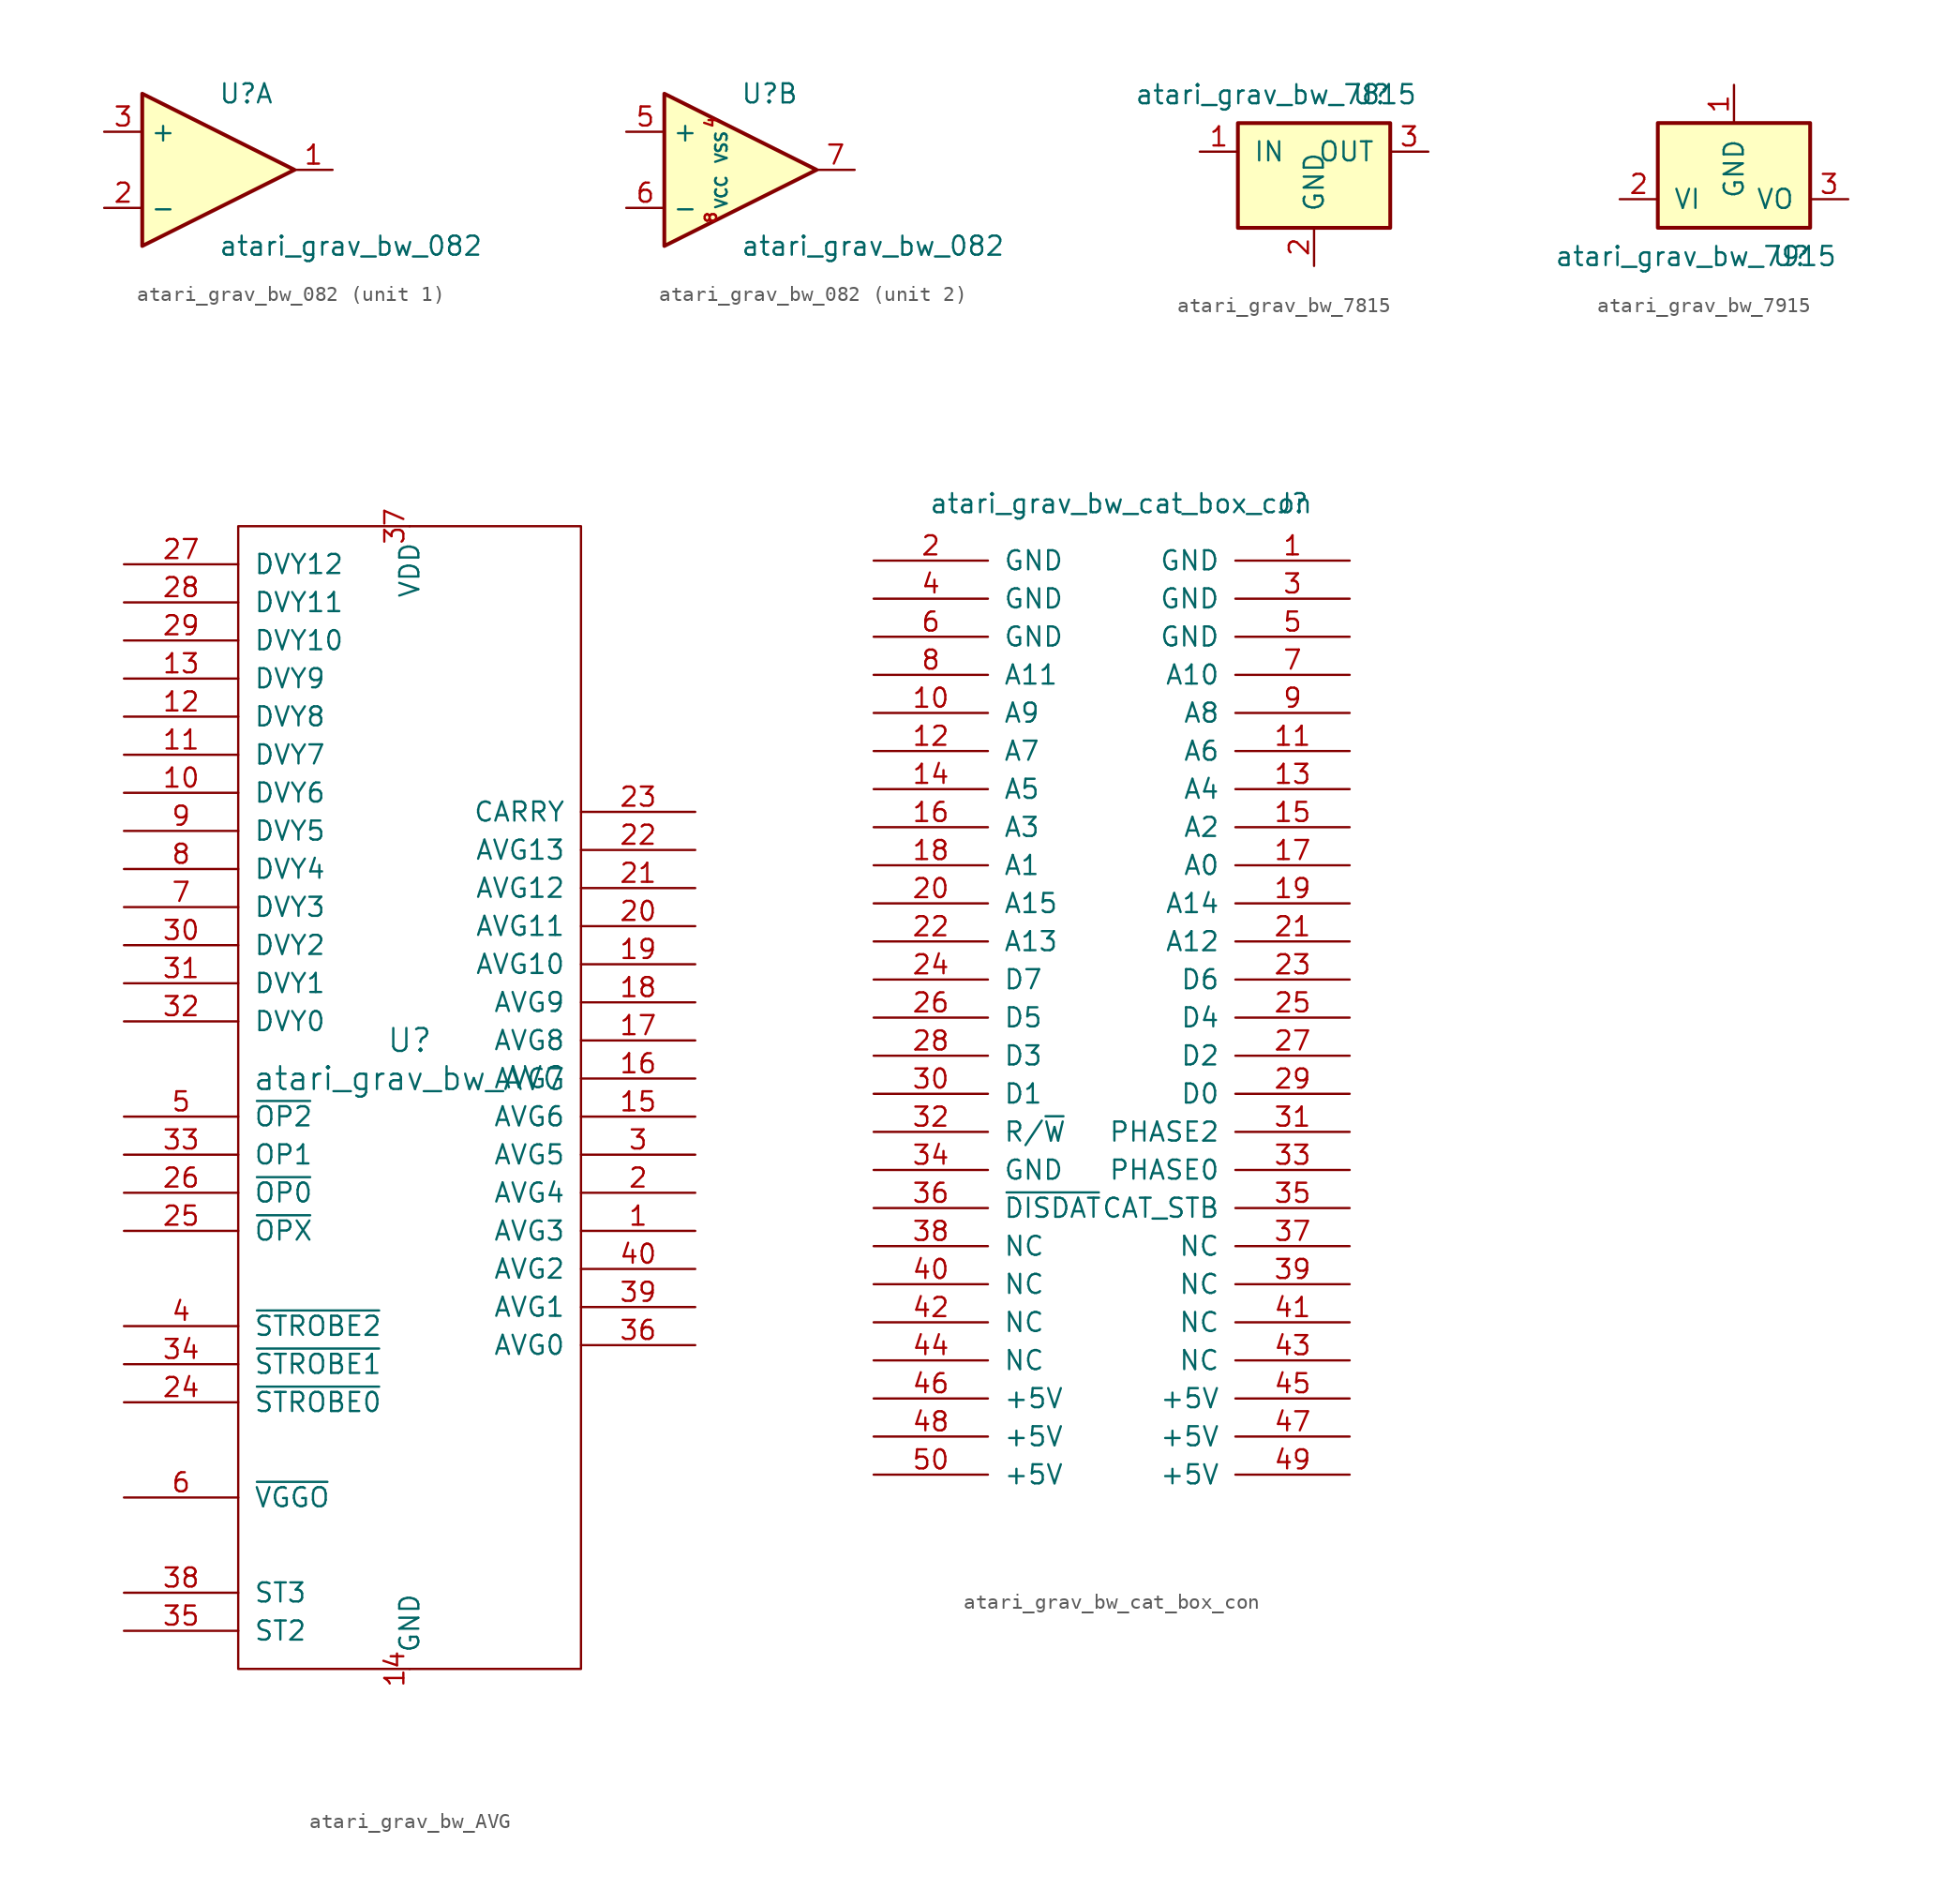
<source format=kicad_sym>
(kicad_symbol_lib
  (version 20211014)
  (generator kicad_symbol_editor)
  (symbol "atari_grav_bw_082"
    (property "Reference" "U"
      (at 0 5.08 0)
      (effects (font (size 1.27 1.27)) (justify left)))
    (property "Value" "atari_grav_bw_082"
      (at 0 -5.08 0)
      (effects (font (size 1.27 1.27)) (justify left)))
    (symbol "atari_grav_bw_082_0_1"
      (polyline (pts (xy -5.08 5.08) (xy 5.08 0) (xy -5.08 -5.08) (xy -5.08 5.08)) (stroke (width 0.254) (type default) (color 0 0 0 0)) (fill (type background))))
    (symbol "atari_grav_bw_082_1_1"
      (pin output line (at 7.62 0 180) (length 2.54) (name "~" (effects (font (size 1.27 1.27)))) (number "1" (effects (font (size 1.27 1.27)))))
      (pin input line (at -7.62 -2.54 0) (length 2.54) (name "-" (effects (font (size 1.27 1.27)))) (number "2" (effects (font (size 1.27 1.27)))))
      (pin input line (at -7.62 2.54 0) (length 2.54) (name "+" (effects (font (size 1.27 1.27)))) (number "3" (effects (font (size 1.27 1.27))))))
    (symbol "atari_grav_bw_082_2_1"
      (pin bidirectional line (at -1.27 3.175 270) (length 0) (name "VSS" (effects (font (size 0.762 0.762)))) (number "4" (effects (font (size 0.762 0.762)))))
      (pin input line (at -7.62 2.54 0) (length 2.54) (name "+" (effects (font (size 1.27 1.27)))) (number "5" (effects (font (size 1.27 1.27)))))
      (pin input line (at -7.62 -2.54 0) (length 2.54) (name "-" (effects (font (size 1.27 1.27)))) (number "6" (effects (font (size 1.27 1.27)))))
      (pin output line (at 7.62 0 180) (length 2.54) (name "~" (effects (font (size 1.27 1.27)))) (number "7" (effects (font (size 1.27 1.27)))))
      (pin bidirectional line (at -1.27 -3.175 90) (length 0) (name "VCC" (effects (font (size 0.762 0.762)))) (number "8" (effects (font (size 0.762 0.762)))))))
  (symbol "atari_grav_bw_7815"
    (pin_names
      (offset 1.016))
    (property "Reference" "U"
      (at 3.81 3.81 0)
      (effects (font (size 1.27 1.27))))
    (property "Value" "atari_grav_bw_7815"
      (at -2.54 3.81 0)
      (effects (font (size 1.27 1.27))))
    (symbol "atari_grav_bw_7815_1_1"
      (rectangle (start -5.08 1.905) (end 5.08 -5.08) (stroke (width 0.254) (type default) (color 0 0 0 0)) (fill (type background)))
      (pin power_in line (at -7.62 0 0) (length 2.54) (name "IN" (effects (font (size 1.27 1.27)))) (number "1" (effects (font (size 1.27 1.27)))))
      (pin power_in line (at 0 -7.62 90) (length 2.54) (name "GND" (effects (font (size 1.27 1.27)))) (number "2" (effects (font (size 1.27 1.27)))))
      (pin power_out line (at 7.62 0 180) (length 2.54) (name "OUT" (effects (font (size 1.27 1.27)))) (number "3" (effects (font (size 1.27 1.27)))))))
  (symbol "atari_grav_bw_7915"
    (pin_names
      (offset 1.016))
    (property "Reference" "U"
      (at 3.81 -3.81 0)
      (effects (font (size 1.27 1.27))))
    (property "Value" "atari_grav_bw_7915"
      (at -2.54 -3.81 0)
      (effects (font (size 1.27 1.27))))
    (symbol "atari_grav_bw_7915_1_1"
      (rectangle (start -5.08 5.08) (end 5.08 -1.905) (stroke (width 0.254) (type default) (color 0 0 0 0)) (fill (type background)))
      (pin power_in line (at 0 7.62 270) (length 2.54) (name "GND" (effects (font (size 1.27 1.27)))) (number "1" (effects (font (size 1.27 1.27)))))
      (pin power_in line (at -7.62 0 0) (length 2.54) (name "VI" (effects (font (size 1.27 1.27)))) (number "2" (effects (font (size 1.27 1.27)))))
      (pin power_out line (at 7.62 0 180) (length 2.54) (name "VO" (effects (font (size 1.27 1.27)))) (number "3" (effects (font (size 1.27 1.27)))))))
  (symbol "atari_grav_bw_AVG"
    (pin_names
      (offset 1.016))
    (property "Reference" "U"
      (at 0 1.27 0)
      (effects (font (size 1.524 1.524))))
    (property "Value" "atari_grav_bw_AVG"
      (at 0 -1.27 0)
      (effects (font (size 1.524 1.524))))
    (symbol "atari_grav_bw_AVG_0_1"
      (polyline (pts (xy -11.43 35.56) (xy -11.43 -40.64) (xy 11.43 -40.64) (xy 11.43 35.56) (xy -11.43 35.56)) (stroke (width 0) (type default) (color 0 0 0 0)) (fill (type none))))
    (symbol "atari_grav_bw_AVG_1_1"
      (pin output line (at 19.05 -11.43 180) (length 7.62) (name "AVG3" (effects (font (size 1.27 1.27)))) (number "1" (effects (font (size 1.27 1.27)))))
      (pin input line (at -19.05 17.78 0) (length 7.62) (name "DVY6" (effects (font (size 1.27 1.27)))) (number "10" (effects (font (size 1.27 1.27)))))
      (pin input line (at -19.05 20.32 0) (length 7.62) (name "DVY7" (effects (font (size 1.27 1.27)))) (number "11" (effects (font (size 1.27 1.27)))))
      (pin input line (at -19.05 22.86 0) (length 7.62) (name "DVY8" (effects (font (size 1.27 1.27)))) (number "12" (effects (font (size 1.27 1.27)))))
      (pin input line (at -19.05 25.4 0) (length 7.62) (name "DVY9" (effects (font (size 1.27 1.27)))) (number "13" (effects (font (size 1.27 1.27)))))
      (pin power_in line (at 0 -40.64 90) (length 0) (name "GND" (effects (font (size 1.27 1.27)))) (number "14" (effects (font (size 1.27 1.27)))))
      (pin output line (at 19.05 -3.81 180) (length 7.62) (name "AVG6" (effects (font (size 1.27 1.27)))) (number "15" (effects (font (size 1.27 1.27)))))
      (pin output line (at 19.05 -1.27 180) (length 7.62) (name "AVG7" (effects (font (size 1.27 1.27)))) (number "16" (effects (font (size 1.27 1.27)))))
      (pin output line (at 19.05 1.27 180) (length 7.62) (name "AVG8" (effects (font (size 1.27 1.27)))) (number "17" (effects (font (size 1.27 1.27)))))
      (pin output line (at 19.05 3.81 180) (length 7.62) (name "AVG9" (effects (font (size 1.27 1.27)))) (number "18" (effects (font (size 1.27 1.27)))))
      (pin output line (at 19.05 6.35 180) (length 7.62) (name "AVG10" (effects (font (size 1.27 1.27)))) (number "19" (effects (font (size 1.27 1.27)))))
      (pin output line (at 19.05 -8.89 180) (length 7.62) (name "AVG4" (effects (font (size 1.27 1.27)))) (number "2" (effects (font (size 1.27 1.27)))))
      (pin output line (at 19.05 8.89 180) (length 7.62) (name "AVG11" (effects (font (size 1.27 1.27)))) (number "20" (effects (font (size 1.27 1.27)))))
      (pin output line (at 19.05 11.43 180) (length 7.62) (name "AVG12" (effects (font (size 1.27 1.27)))) (number "21" (effects (font (size 1.27 1.27)))))
      (pin output line (at 19.05 13.97 180) (length 7.62) (name "AVG13" (effects (font (size 1.27 1.27)))) (number "22" (effects (font (size 1.27 1.27)))))
      (pin output line (at 19.05 16.51 180) (length 7.62) (name "CARRY" (effects (font (size 1.27 1.27)))) (number "23" (effects (font (size 1.27 1.27)))))
      (pin input line (at -19.05 -22.86 0) (length 7.62) (name "~{STROBE0}" (effects (font (size 1.27 1.27)))) (number "24" (effects (font (size 1.27 1.27)))))
      (pin input line (at -19.05 -11.43 0) (length 7.62) (name "~{OPX}" (effects (font (size 1.27 1.27)))) (number "25" (effects (font (size 1.27 1.27)))))
      (pin input line (at -19.05 -8.89 0) (length 7.62) (name "~{OP0}" (effects (font (size 1.27 1.27)))) (number "26" (effects (font (size 1.27 1.27)))))
      (pin input line (at -19.05 33.02 0) (length 7.62) (name "DVY12" (effects (font (size 1.27 1.27)))) (number "27" (effects (font (size 1.27 1.27)))))
      (pin input line (at -19.05 30.48 0) (length 7.62) (name "DVY11" (effects (font (size 1.27 1.27)))) (number "28" (effects (font (size 1.27 1.27)))))
      (pin input line (at -19.05 27.94 0) (length 7.62) (name "DVY10" (effects (font (size 1.27 1.27)))) (number "29" (effects (font (size 1.27 1.27)))))
      (pin output line (at 19.05 -6.35 180) (length 7.62) (name "AVG5" (effects (font (size 1.27 1.27)))) (number "3" (effects (font (size 1.27 1.27)))))
      (pin input line (at -19.05 7.62 0) (length 7.62) (name "DVY2" (effects (font (size 1.27 1.27)))) (number "30" (effects (font (size 1.27 1.27)))))
      (pin input line (at -19.05 5.08 0) (length 7.62) (name "DVY1" (effects (font (size 1.27 1.27)))) (number "31" (effects (font (size 1.27 1.27)))))
      (pin input line (at -19.05 2.54 0) (length 7.62) (name "DVY0" (effects (font (size 1.27 1.27)))) (number "32" (effects (font (size 1.27 1.27)))))
      (pin input line (at -19.05 -6.35 0) (length 7.62) (name "OP1" (effects (font (size 1.27 1.27)))) (number "33" (effects (font (size 1.27 1.27)))))
      (pin input line (at -19.05 -20.32 0) (length 7.62) (name "~{STROBE1}" (effects (font (size 1.27 1.27)))) (number "34" (effects (font (size 1.27 1.27)))))
      (pin input line (at -19.05 -38.1 0) (length 7.62) (name "ST2" (effects (font (size 1.27 1.27)))) (number "35" (effects (font (size 1.27 1.27)))))
      (pin output line (at 19.05 -19.05 180) (length 7.62) (name "AVG0" (effects (font (size 1.27 1.27)))) (number "36" (effects (font (size 1.27 1.27)))))
      (pin power_in line (at 0 35.56 270) (length 0) (name "VDD" (effects (font (size 1.27 1.27)))) (number "37" (effects (font (size 1.27 1.27)))))
      (pin input line (at -19.05 -35.56 0) (length 7.62) (name "ST3" (effects (font (size 1.27 1.27)))) (number "38" (effects (font (size 1.27 1.27)))))
      (pin output line (at 19.05 -16.51 180) (length 7.62) (name "AVG1" (effects (font (size 1.27 1.27)))) (number "39" (effects (font (size 1.27 1.27)))))
      (pin input line (at -19.05 -17.78 0) (length 7.62) (name "~{STROBE2}" (effects (font (size 1.27 1.27)))) (number "4" (effects (font (size 1.27 1.27)))))
      (pin output line (at 19.05 -13.97 180) (length 7.62) (name "AVG2" (effects (font (size 1.27 1.27)))) (number "40" (effects (font (size 1.27 1.27)))))
      (pin input line (at -19.05 -3.81 0) (length 7.62) (name "~{OP2}" (effects (font (size 1.27 1.27)))) (number "5" (effects (font (size 1.27 1.27)))))
      (pin input line (at -19.05 -29.21 0) (length 7.62) (name "~{VGGO}" (effects (font (size 1.27 1.27)))) (number "6" (effects (font (size 1.27 1.27)))))
      (pin input line (at -19.05 10.16 0) (length 7.62) (name "DVY3" (effects (font (size 1.27 1.27)))) (number "7" (effects (font (size 1.27 1.27)))))
      (pin input line (at -19.05 12.7 0) (length 7.62) (name "DVY4" (effects (font (size 1.27 1.27)))) (number "8" (effects (font (size 1.27 1.27)))))
      (pin input line (at -19.05 15.24 0) (length 7.62) (name "DVY5" (effects (font (size 1.27 1.27)))) (number "9" (effects (font (size 1.27 1.27)))))))
  (symbol "atari_grav_bw_cat_box_con"
    (pin_names
      (offset 1.016))
    (property "Reference" "J"
      (at 11.43 33.02 0)
      (effects (font (size 1.27 1.27))))
    (property "Value" "atari_grav_bw_cat_box_con"
      (at 0 33.02 0)
      (effects (font (size 1.27 1.27))))
    (symbol "atari_grav_bw_cat_box_con_1_1"
      (pin passive line (at 15.24 29.21 180) (length 7.62) (name "GND" (effects (font (size 1.27 1.27)))) (number "1" (effects (font (size 1.27 1.27)))))
      (pin passive line (at -16.51 19.05 0) (length 7.62) (name "A9" (effects (font (size 1.27 1.27)))) (number "10" (effects (font (size 1.27 1.27)))))
      (pin passive line (at 15.24 16.51 180) (length 7.62) (name "A6" (effects (font (size 1.27 1.27)))) (number "11" (effects (font (size 1.27 1.27)))))
      (pin passive line (at -16.51 16.51 0) (length 7.62) (name "A7" (effects (font (size 1.27 1.27)))) (number "12" (effects (font (size 1.27 1.27)))))
      (pin passive line (at 15.24 13.97 180) (length 7.62) (name "A4" (effects (font (size 1.27 1.27)))) (number "13" (effects (font (size 1.27 1.27)))))
      (pin passive line (at -16.51 13.97 0) (length 7.62) (name "A5" (effects (font (size 1.27 1.27)))) (number "14" (effects (font (size 1.27 1.27)))))
      (pin passive line (at 15.24 11.43 180) (length 7.62) (name "A2" (effects (font (size 1.27 1.27)))) (number "15" (effects (font (size 1.27 1.27)))))
      (pin passive line (at -16.51 11.43 0) (length 7.62) (name "A3" (effects (font (size 1.27 1.27)))) (number "16" (effects (font (size 1.27 1.27)))))
      (pin passive line (at 15.24 8.89 180) (length 7.62) (name "A0" (effects (font (size 1.27 1.27)))) (number "17" (effects (font (size 1.27 1.27)))))
      (pin passive line (at -16.51 8.89 0) (length 7.62) (name "A1" (effects (font (size 1.27 1.27)))) (number "18" (effects (font (size 1.27 1.27)))))
      (pin passive line (at 15.24 6.35 180) (length 7.62) (name "A14" (effects (font (size 1.27 1.27)))) (number "19" (effects (font (size 1.27 1.27)))))
      (pin passive line (at -16.51 29.21 0) (length 7.62) (name "GND" (effects (font (size 1.27 1.27)))) (number "2" (effects (font (size 1.27 1.27)))))
      (pin passive line (at -16.51 6.35 0) (length 7.62) (name "A15" (effects (font (size 1.27 1.27)))) (number "20" (effects (font (size 1.27 1.27)))))
      (pin passive line (at 15.24 3.81 180) (length 7.62) (name "A12" (effects (font (size 1.27 1.27)))) (number "21" (effects (font (size 1.27 1.27)))))
      (pin passive line (at -16.51 3.81 0) (length 7.62) (name "A13" (effects (font (size 1.27 1.27)))) (number "22" (effects (font (size 1.27 1.27)))))
      (pin passive line (at 15.24 1.27 180) (length 7.62) (name "D6" (effects (font (size 1.27 1.27)))) (number "23" (effects (font (size 1.27 1.27)))))
      (pin passive line (at -16.51 1.27 0) (length 7.62) (name "D7" (effects (font (size 1.27 1.27)))) (number "24" (effects (font (size 1.27 1.27)))))
      (pin passive line (at 15.24 -1.27 180) (length 7.62) (name "D4" (effects (font (size 1.27 1.27)))) (number "25" (effects (font (size 1.27 1.27)))))
      (pin passive line (at -16.51 -1.27 0) (length 7.62) (name "D5" (effects (font (size 1.27 1.27)))) (number "26" (effects (font (size 1.27 1.27)))))
      (pin passive line (at 15.24 -3.81 180) (length 7.62) (name "D2" (effects (font (size 1.27 1.27)))) (number "27" (effects (font (size 1.27 1.27)))))
      (pin passive line (at -16.51 -3.81 0) (length 7.62) (name "D3" (effects (font (size 1.27 1.27)))) (number "28" (effects (font (size 1.27 1.27)))))
      (pin passive line (at 15.24 -6.35 180) (length 7.62) (name "D0" (effects (font (size 1.27 1.27)))) (number "29" (effects (font (size 1.27 1.27)))))
      (pin passive line (at 15.24 26.67 180) (length 7.62) (name "GND" (effects (font (size 1.27 1.27)))) (number "3" (effects (font (size 1.27 1.27)))))
      (pin passive line (at -16.51 -6.35 0) (length 7.62) (name "D1" (effects (font (size 1.27 1.27)))) (number "30" (effects (font (size 1.27 1.27)))))
      (pin passive line (at 15.24 -8.89 180) (length 7.62) (name "PHASE2" (effects (font (size 1.27 1.27)))) (number "31" (effects (font (size 1.27 1.27)))))
      (pin passive line (at -16.51 -8.89 0) (length 7.62) (name "R/~{W}" (effects (font (size 1.27 1.27)))) (number "32" (effects (font (size 1.27 1.27)))))
      (pin passive line (at 15.24 -11.43 180) (length 7.62) (name "PHASE0" (effects (font (size 1.27 1.27)))) (number "33" (effects (font (size 1.27 1.27)))))
      (pin passive line (at -16.51 -11.43 0) (length 7.62) (name "GND" (effects (font (size 1.27 1.27)))) (number "34" (effects (font (size 1.27 1.27)))))
      (pin passive line (at 15.24 -13.97 180) (length 7.62) (name "CAT_STB" (effects (font (size 1.27 1.27)))) (number "35" (effects (font (size 1.27 1.27)))))
      (pin passive line (at -16.51 -13.97 0) (length 7.62) (name "~{DISDAT}" (effects (font (size 1.27 1.27)))) (number "36" (effects (font (size 1.27 1.27)))))
      (pin passive line (at 15.24 -16.51 180) (length 7.62) (name "NC" (effects (font (size 1.27 1.27)))) (number "37" (effects (font (size 1.27 1.27)))))
      (pin passive line (at -16.51 -16.51 0) (length 7.62) (name "NC" (effects (font (size 1.27 1.27)))) (number "38" (effects (font (size 1.27 1.27)))))
      (pin passive line (at 15.24 -19.05 180) (length 7.62) (name "NC" (effects (font (size 1.27 1.27)))) (number "39" (effects (font (size 1.27 1.27)))))
      (pin passive line (at -16.51 26.67 0) (length 7.62) (name "GND" (effects (font (size 1.27 1.27)))) (number "4" (effects (font (size 1.27 1.27)))))
      (pin passive line (at -16.51 -19.05 0) (length 7.62) (name "NC" (effects (font (size 1.27 1.27)))) (number "40" (effects (font (size 1.27 1.27)))))
      (pin passive line (at 15.24 -21.59 180) (length 7.62) (name "NC" (effects (font (size 1.27 1.27)))) (number "41" (effects (font (size 1.27 1.27)))))
      (pin passive line (at -16.51 -21.59 0) (length 7.62) (name "NC" (effects (font (size 1.27 1.27)))) (number "42" (effects (font (size 1.27 1.27)))))
      (pin passive line (at 15.24 -24.13 180) (length 7.62) (name "NC" (effects (font (size 1.27 1.27)))) (number "43" (effects (font (size 1.27 1.27)))))
      (pin passive line (at -16.51 -24.13 0) (length 7.62) (name "NC" (effects (font (size 1.27 1.27)))) (number "44" (effects (font (size 1.27 1.27)))))
      (pin passive line (at 15.24 -26.67 180) (length 7.62) (name "+5V" (effects (font (size 1.27 1.27)))) (number "45" (effects (font (size 1.27 1.27)))))
      (pin passive line (at -16.51 -26.67 0) (length 7.62) (name "+5V" (effects (font (size 1.27 1.27)))) (number "46" (effects (font (size 1.27 1.27)))))
      (pin passive line (at 15.24 -29.21 180) (length 7.62) (name "+5V" (effects (font (size 1.27 1.27)))) (number "47" (effects (font (size 1.27 1.27)))))
      (pin passive line (at -16.51 -29.21 0) (length 7.62) (name "+5V" (effects (font (size 1.27 1.27)))) (number "48" (effects (font (size 1.27 1.27)))))
      (pin passive line (at 15.24 -31.75 180) (length 7.62) (name "+5V" (effects (font (size 1.27 1.27)))) (number "49" (effects (font (size 1.27 1.27)))))
      (pin passive line (at 15.24 24.13 180) (length 7.62) (name "GND" (effects (font (size 1.27 1.27)))) (number "5" (effects (font (size 1.27 1.27)))))
      (pin passive line (at -16.51 -31.75 0) (length 7.62) (name "+5V" (effects (font (size 1.27 1.27)))) (number "50" (effects (font (size 1.27 1.27)))))
      (pin passive line (at -16.51 24.13 0) (length 7.62) (name "GND" (effects (font (size 1.27 1.27)))) (number "6" (effects (font (size 1.27 1.27)))))
      (pin passive line (at 15.24 21.59 180) (length 7.62) (name "A10" (effects (font (size 1.27 1.27)))) (number "7" (effects (font (size 1.27 1.27)))))
      (pin passive line (at -16.51 21.59 0) (length 7.62) (name "A11" (effects (font (size 1.27 1.27)))) (number "8" (effects (font (size 1.27 1.27)))))
      (pin passive line (at 15.24 19.05 180) (length 7.62) (name "A8" (effects (font (size 1.27 1.27)))) (number "9" (effects (font (size 1.27 1.27))))))))
</source>
